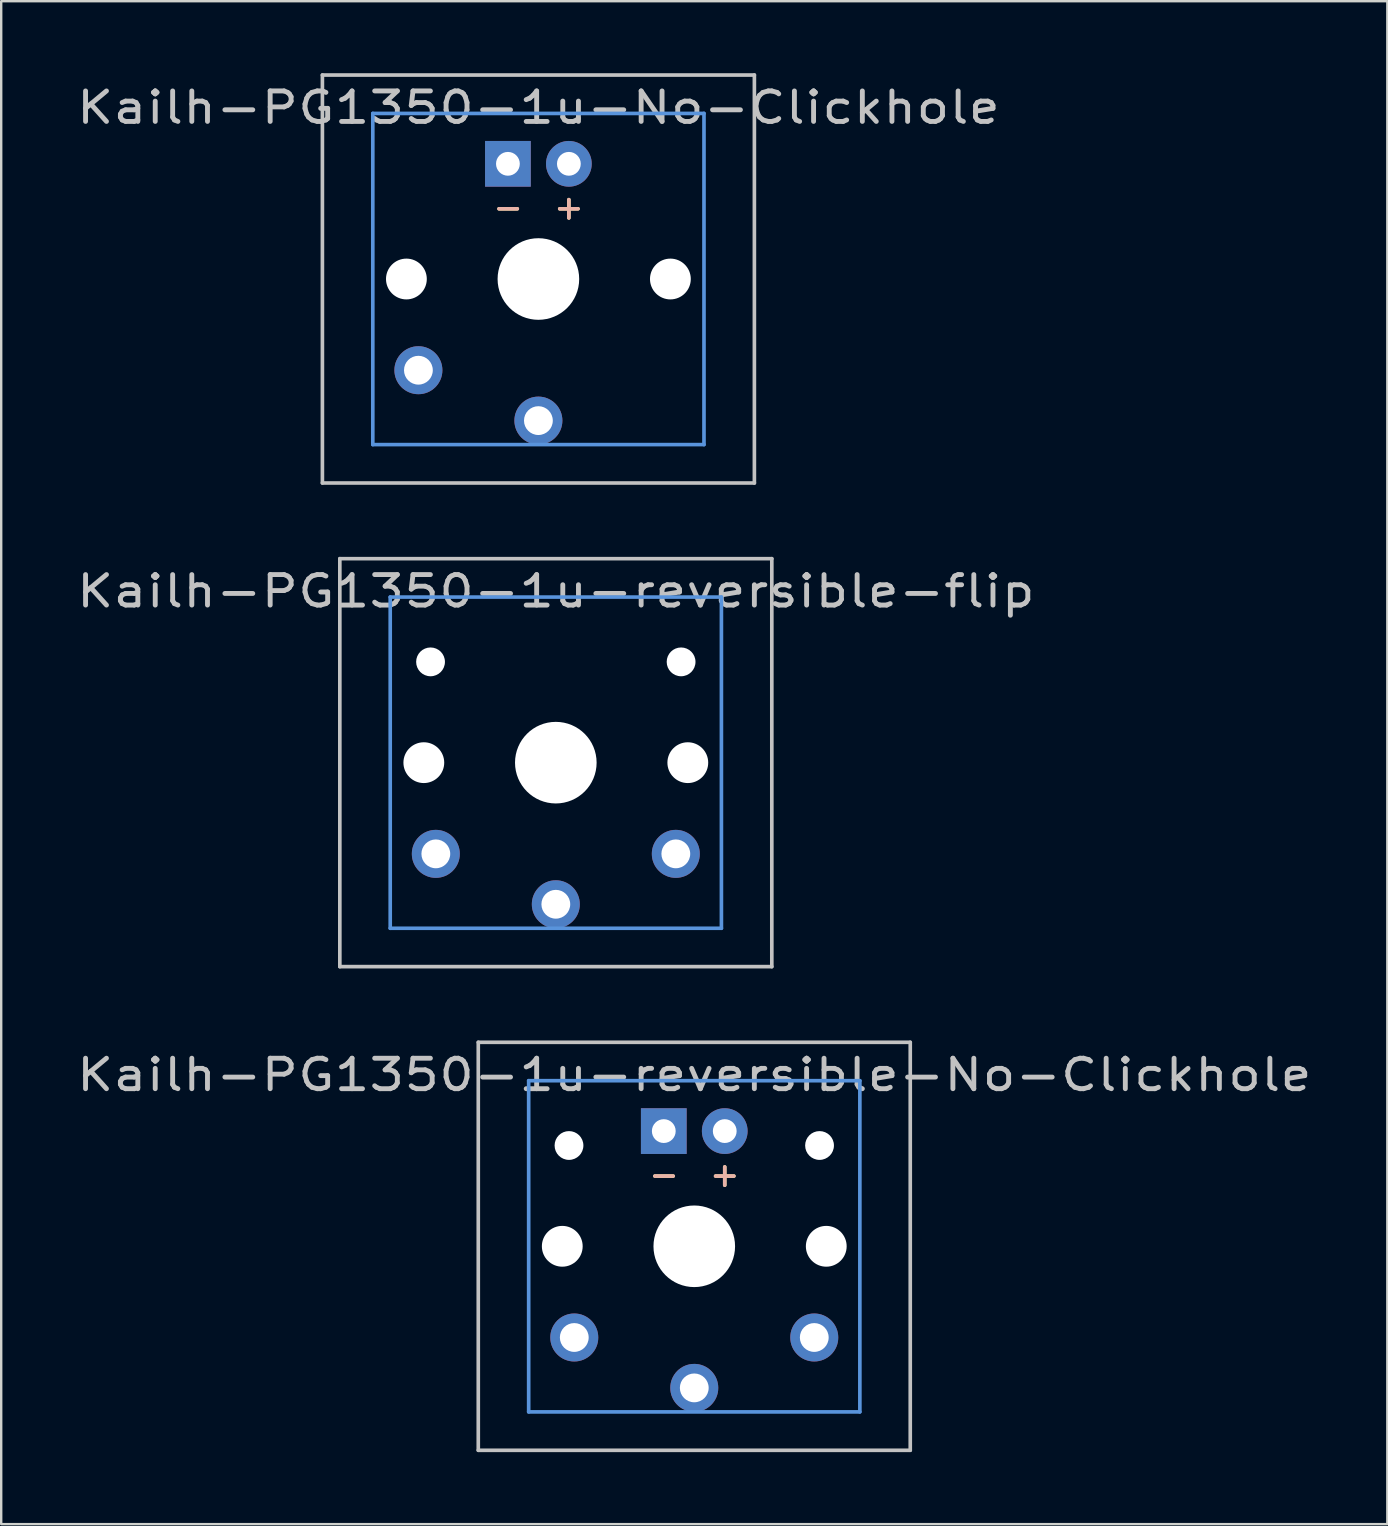
<source format=kicad_pcb>
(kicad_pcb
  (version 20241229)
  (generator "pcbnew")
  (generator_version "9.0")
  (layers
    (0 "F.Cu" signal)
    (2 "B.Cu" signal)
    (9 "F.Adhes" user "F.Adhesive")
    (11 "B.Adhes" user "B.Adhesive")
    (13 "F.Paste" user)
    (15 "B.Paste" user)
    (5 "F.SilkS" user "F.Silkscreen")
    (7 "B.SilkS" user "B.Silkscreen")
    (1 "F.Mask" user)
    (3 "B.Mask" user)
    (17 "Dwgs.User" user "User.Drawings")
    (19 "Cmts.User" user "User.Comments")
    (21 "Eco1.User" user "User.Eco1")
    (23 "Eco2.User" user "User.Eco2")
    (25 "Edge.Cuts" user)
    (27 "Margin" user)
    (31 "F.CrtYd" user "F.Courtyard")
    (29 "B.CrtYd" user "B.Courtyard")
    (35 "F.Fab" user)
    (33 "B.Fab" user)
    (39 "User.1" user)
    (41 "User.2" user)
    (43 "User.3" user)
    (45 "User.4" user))
  (footprint "Kailh-PG1350-1u-reversible-No-Clickhole"
    (layer "F.Cu")
    (at 25.879 48.881)
    (property "Reference" "Kailh-PG1350-1u-reversible-No-Clickhole" (at 0 -7.144 180) (layer "Dwgs.User") (effects (font (size 1.27 1.524) (thickness 0.203))))
    (attr through_hole)
    (fp_line (start -9 -8.5) (end 9 -8.5) (stroke (width 0.152) (type solid)) (layer "Dwgs.User"))
    (fp_line (start -9 8.5) (end -9 -8.5) (stroke (width 0.152) (type solid)) (layer "Dwgs.User"))
    (fp_line (start 9 -8.5) (end 9 8.5) (stroke (width 0.152) (type solid)) (layer "Dwgs.User"))
    (fp_line (start 9 8.5) (end -9 8.5) (stroke (width 0.152) (type solid)) (layer "Dwgs.User"))
    (fp_line (start -6.9 -6.9) (end 6.9 -6.9) (stroke (width 0.152) (type solid)) (layer "Cmts.User"))
    (fp_line (start -6.9 6.9) (end -6.9 -6.9) (stroke (width 0.152) (type solid)) (layer "Cmts.User"))
    (fp_line (start 6.9 -6.9) (end 6.9 6.9) (stroke (width 0.152) (type solid)) (layer "Cmts.User"))
    (fp_line (start 6.9 6.9) (end -6.9 6.9) (stroke (width 0.152) (type solid)) (layer "Cmts.User"))
    (fp_line (start -7.5 -7.5) (end 7.5 -7.5) (stroke (width 0.152) (type solid)) (layer "Eco2.User"))
    (fp_line (start -7.5 7.5) (end -7.5 -7.5) (stroke (width 0.152) (type solid)) (layer "Eco2.User"))
    (fp_line (start 7.5 -7.5) (end 7.5 7.5) (stroke (width 0.152) (type solid)) (layer "Eco2.User"))
    (fp_line (start 7.5 7.5) (end -7.5 7.5) (stroke (width 0.152) (type solid)) (layer "Eco2.User"))
    (fp_text user "+" (at 1.27 -3 180) (layer "F.SilkS") (effects (font (size 1 1) (thickness 0.15))))
    (fp_text user "-" (at -1.26 -3 180) (layer "F.SilkS") (effects (font (size 1 1) (thickness 0.15))))
    (fp_text user "+" (at 1.27 -3 180) (layer "B.SilkS") (effects (font (size 1 1) (thickness 0.15)) (justify mirror)))
    (fp_text user "-" (at -1.26 -3 180) (layer "B.SilkS") (effects (font (size 1 1) (thickness 0.15)) (justify mirror)))
    (pad "" np_thru_hole circle (at -5.5 0 180) (size 1.7 1.7) (drill 1.7) (layers "*.Cu" "*.Mask"))
    (pad "" np_thru_hole circle (at -5.22 -4.2 180) (size 1.2 1.2) (drill 1.2) (layers "*.Cu"))
    (pad "" np_thru_hole circle (at 0 0 180) (size 3.4 3.4) (drill 3.4) (layers "*.Cu" "*.Mask"))
    (pad "" np_thru_hole circle (at 5.22 -4.2 180) (size 1.2 1.2) (drill 1.2) (layers "*.Cu"))
    (pad "" np_thru_hole circle (at 5.5 0 180) (size 1.7 1.7) (drill 1.7) (layers "*.Cu" "*.Mask"))
    (pad "1" thru_hole circle (at 0 5.9 180) (size 2 2) (drill 1.2) (layers "*.Cu" "*.Mask"))
    (pad "2" thru_hole circle (at -5 3.8 41.9) (size 2 2) (drill 1.2) (layers "*.Cu" "B.Mask"))
    (pad "2" thru_hole circle (at 5 3.8 41.9) (size 2 2) (drill 1.2) (layers "*.Cu" "F.Mask"))
    (pad "3" thru_hole circle (at 1.27 -4.8 180) (size 1.905 1.905) (drill 0.991) (layers "*.Cu" "*.Mask"))
    (pad "4" thru_hole rect (at -1.27 -4.8 180) (size 1.905 1.905) (drill 0.991) (layers "*.Cu" "*.Mask")))
  (footprint "Kailh-PG1350-1u-No-Clickhole"
    (layer "F.Cu")
    (at 19.384 8.576)
    (property "Reference" "Kailh-PG1350-1u-No-Clickhole" (at 0 -7.144 180) (layer "Dwgs.User") (effects (font (size 1.27 1.524) (thickness 0.203))))
    (attr through_hole)
    (fp_line (start -9 -8.5) (end 9 -8.5) (stroke (width 0.152) (type solid)) (layer "Dwgs.User"))
    (fp_line (start -9 8.5) (end -9 -8.5) (stroke (width 0.152) (type solid)) (layer "Dwgs.User"))
    (fp_line (start 9 -8.5) (end 9 8.5) (stroke (width 0.152) (type solid)) (layer "Dwgs.User"))
    (fp_line (start 9 8.5) (end -9 8.5) (stroke (width 0.152) (type solid)) (layer "Dwgs.User"))
    (fp_line (start -6.9 -6.9) (end 6.9 -6.9) (stroke (width 0.152) (type solid)) (layer "Cmts.User"))
    (fp_line (start -6.9 6.9) (end -6.9 -6.9) (stroke (width 0.152) (type solid)) (layer "Cmts.User"))
    (fp_line (start 6.9 -6.9) (end 6.9 6.9) (stroke (width 0.152) (type solid)) (layer "Cmts.User"))
    (fp_line (start 6.9 6.9) (end -6.9 6.9) (stroke (width 0.152) (type solid)) (layer "Cmts.User"))
    (fp_line (start -7.5 -7.5) (end 7.5 -7.5) (stroke (width 0.152) (type solid)) (layer "Eco2.User"))
    (fp_line (start -7.5 7.5) (end -7.5 -7.5) (stroke (width 0.152) (type solid)) (layer "Eco2.User"))
    (fp_line (start 7.5 -7.5) (end 7.5 7.5) (stroke (width 0.152) (type solid)) (layer "Eco2.User"))
    (fp_line (start 7.5 7.5) (end -7.5 7.5) (stroke (width 0.152) (type solid)) (layer "Eco2.User"))
    (fp_text user "+" (at 1.27 -3 180) (layer "F.SilkS") (effects (font (size 1 1) (thickness 0.15))))
    (fp_text user "-" (at -1.26 -3 180) (layer "F.SilkS") (effects (font (size 1 1) (thickness 0.15))))
    (fp_text user "-" (at -1.26 -3 180) (layer "B.SilkS") (effects (font (size 1 1) (thickness 0.15)) (justify mirror)))
    (fp_text user "+" (at 1.27 -3 180) (layer "B.SilkS") (effects (font (size 1 1) (thickness 0.15)) (justify mirror)))
    (pad "" np_thru_hole circle (at -5.5 0 180) (size 1.7 1.7) (drill 1.7) (layers "*.Cu"))
    (pad "" np_thru_hole circle (at 0 0 180) (size 3.4 3.4) (drill 3.4) (layers "*.Cu"))
    (pad "" np_thru_hole circle (at 5.5 0 180) (size 1.7 1.7) (drill 1.7) (layers "*.Cu"))
    (pad "1" thru_hole circle (at 0 5.9 180) (size 2 2) (drill 1.2) (layers "*.Cu" "*.Mask"))
    (pad "2" thru_hole circle (at -5 3.8 41.9) (size 2 2) (drill 1.2) (layers "*.Cu" "*.Mask"))
    (pad "3" thru_hole circle (at 1.27 -4.8 180) (size 1.905 1.905) (drill 0.991) (layers "*.Cu" "*.Mask"))
    (pad "4" thru_hole rect (at -1.27 -4.8 180) (size 1.905 1.905) (drill 0.991) (layers "*.Cu" "*.Mask")))
  (footprint "Kailh-PG1350-1u-reversible-flip"
    (layer "F.Cu")
    (at 20.11 28.729)
    (property "Reference" "Kailh-PG1350-1u-reversible-flip" (at 0 -7.144 180) (layer "Dwgs.User") (effects (font (size 1.27 1.524) (thickness 0.203))))
    (attr through_hole)
    (fp_line (start -9 -8.5) (end 9 -8.5) (stroke (width 0.152) (type solid)) (layer "Dwgs.User"))
    (fp_line (start -9 8.5) (end -9 -8.5) (stroke (width 0.152) (type solid)) (layer "Dwgs.User"))
    (fp_line (start 9 -8.5) (end 9 8.5) (stroke (width 0.152) (type solid)) (layer "Dwgs.User"))
    (fp_line (start 9 8.5) (end -9 8.5) (stroke (width 0.152) (type solid)) (layer "Dwgs.User"))
    (fp_line (start -6.9 -6.9) (end 6.9 -6.9) (stroke (width 0.152) (type solid)) (layer "Cmts.User"))
    (fp_line (start -6.9 6.9) (end -6.9 -6.9) (stroke (width 0.152) (type solid)) (layer "Cmts.User"))
    (fp_line (start 6.9 -6.9) (end 6.9 6.9) (stroke (width 0.152) (type solid)) (layer "Cmts.User"))
    (fp_line (start 6.9 6.9) (end -6.9 6.9) (stroke (width 0.152) (type solid)) (layer "Cmts.User"))
    (fp_line (start -7.5 -7.5) (end 7.5 -7.5) (stroke (width 0.152) (type solid)) (layer "Eco2.User"))
    (fp_line (start -7.5 7.5) (end -7.5 -7.5) (stroke (width 0.152) (type solid)) (layer "Eco2.User"))
    (fp_line (start 7.5 -7.5) (end 7.5 7.5) (stroke (width 0.152) (type solid)) (layer "Eco2.User"))
    (fp_line (start 7.5 7.5) (end -7.5 7.5) (stroke (width 0.152) (type solid)) (layer "Eco2.User"))
    (pad "" np_thru_hole circle (at -5.5 0 180) (size 1.7 1.7) (drill 1.7) (layers "*.Cu"))
    (pad "" np_thru_hole circle (at -5.22 -4.2 180) (size 1.2 1.2) (drill 1.2) (layers "*.Cu"))
    (pad "" np_thru_hole circle (at 0 0 180) (size 3.4 3.4) (drill 3.4) (layers "*.Cu"))
    (pad "" np_thru_hole circle (at 5.22 -4.2 180) (size 1.2 1.2) (drill 1.2) (layers "*.Cu"))
    (pad "" np_thru_hole circle (at 5.5 0 180) (size 1.7 1.7) (drill 1.7) (layers "*.Cu"))
    (pad "1" thru_hole circle (at 0 5.9 180) (size 2 2) (drill 1.2) (layers "*.Cu" "*.Mask"))
    (pad "2" thru_hole circle (at -5 3.8 41.9) (size 2 2) (drill 1.2) (layers "*.Cu" "*.Mask"))
    (pad "2" thru_hole circle (at 5 3.8 41.9) (size 2 2) (drill 1.2) (layers "*.Cu" "*.Mask")))
  (gr_rect
    (start -3 -3)
    (end 54.758 60.457)
    (stroke (width 0.1) (type default))
    (fill no)
    (layer "Edge.Cuts")))
</source>
